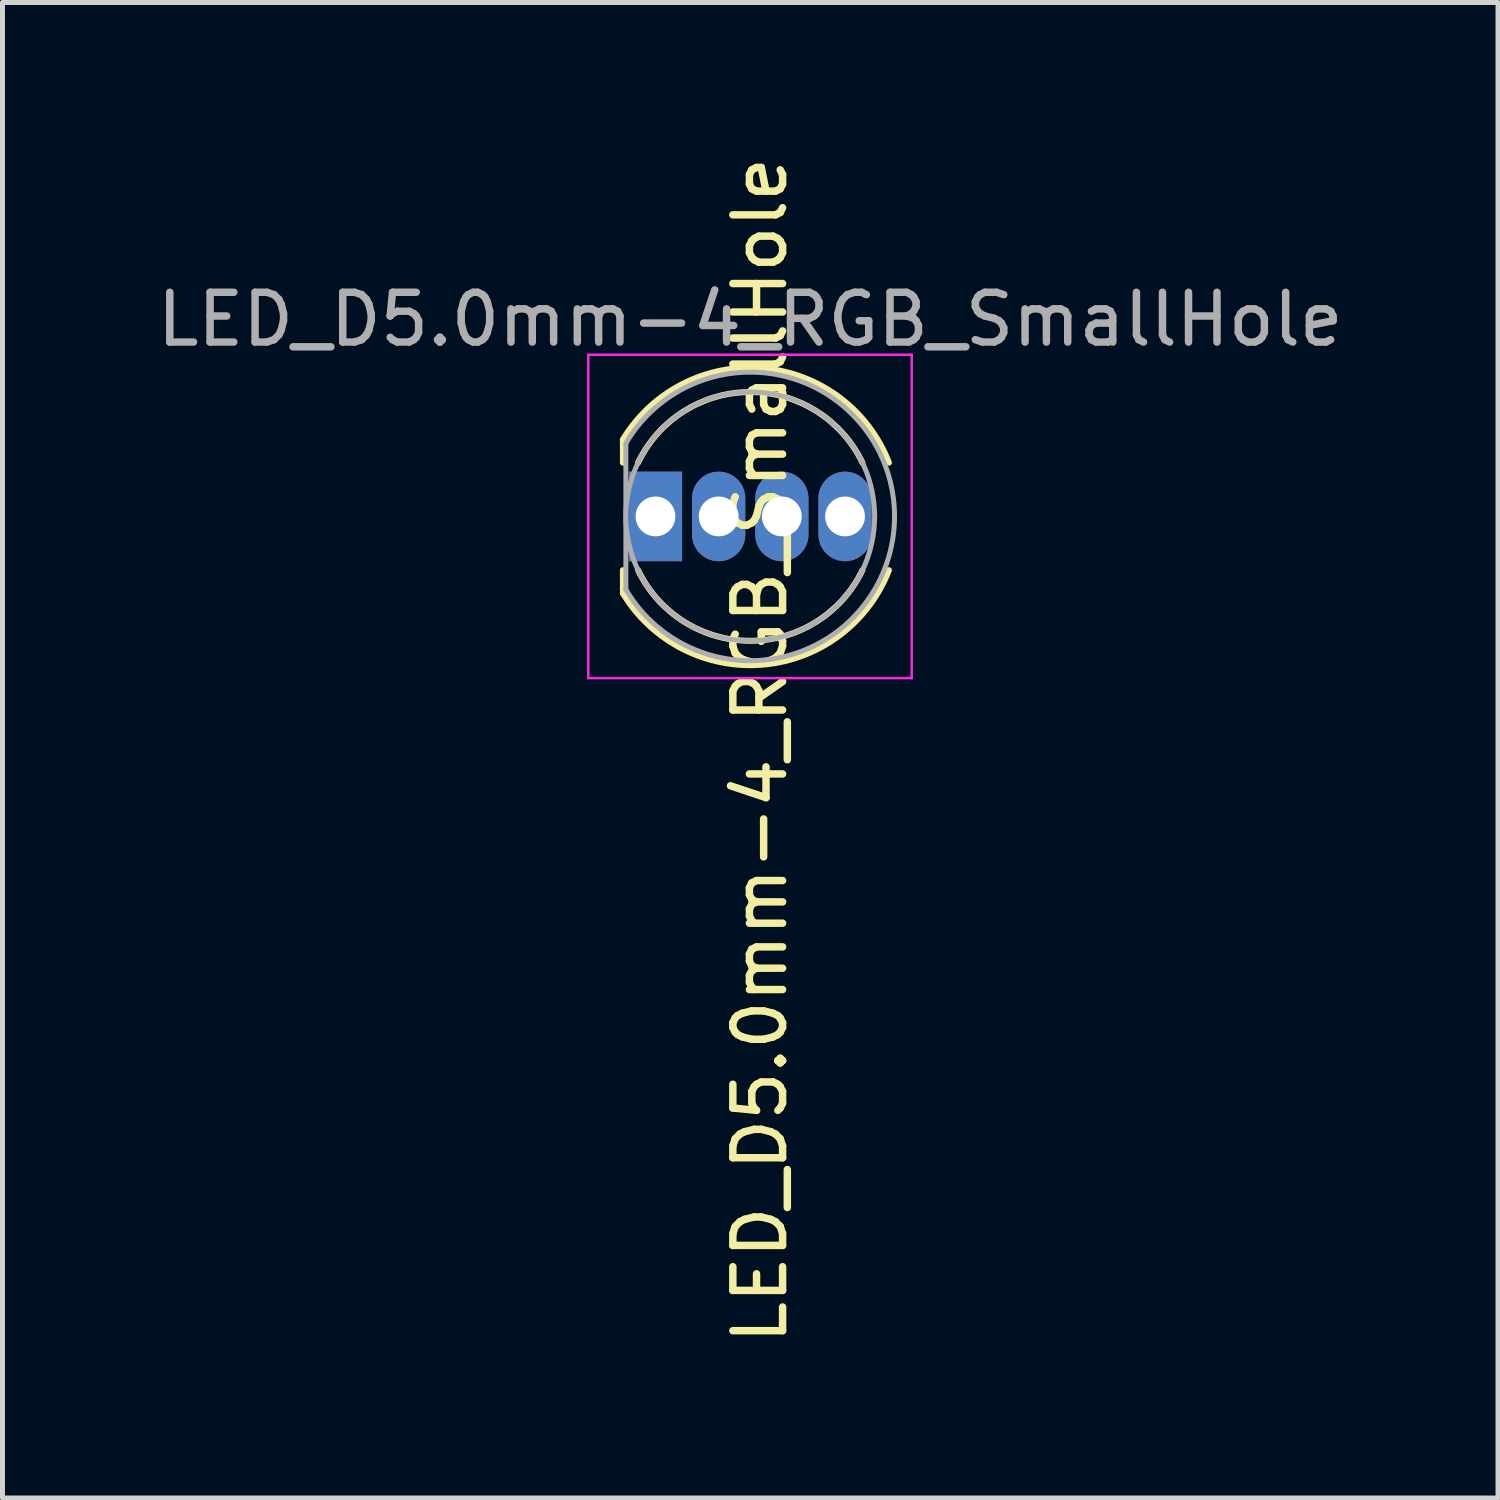
<source format=kicad_pcb>
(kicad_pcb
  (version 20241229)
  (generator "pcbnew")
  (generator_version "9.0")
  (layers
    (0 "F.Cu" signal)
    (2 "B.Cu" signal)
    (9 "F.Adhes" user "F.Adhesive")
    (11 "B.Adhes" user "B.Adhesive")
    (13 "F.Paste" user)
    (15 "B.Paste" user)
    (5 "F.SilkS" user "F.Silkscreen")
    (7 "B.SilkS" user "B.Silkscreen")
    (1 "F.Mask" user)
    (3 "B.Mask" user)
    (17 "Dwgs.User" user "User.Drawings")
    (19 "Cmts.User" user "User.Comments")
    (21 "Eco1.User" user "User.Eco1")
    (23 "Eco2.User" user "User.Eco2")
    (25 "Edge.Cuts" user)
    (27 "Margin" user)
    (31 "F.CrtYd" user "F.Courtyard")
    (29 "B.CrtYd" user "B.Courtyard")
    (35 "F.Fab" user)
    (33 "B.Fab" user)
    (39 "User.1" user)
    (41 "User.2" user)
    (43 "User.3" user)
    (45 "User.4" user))
  (footprint "LED_D5.0mm-4_RGB_SmallHole"
    (layer "F.Cu")
    (at 10.125 7.33)
    (property "Reference" "LED_D5.0mm-4_RGB_SmallHole" (at 2.1 4.7 90) (layer "F.SilkS") (effects (font (size 1 1) (thickness 0.15))))
    (attr through_hole)
    (fp_line (start -0.655 -1.545) (end -0.655 -1.08) (stroke (width 0.12) (type solid)) (layer "F.SilkS"))
    (fp_line (start -0.655 1.08) (end -0.655 1.545) (stroke (width 0.12) (type solid)) (layer "F.SilkS"))
    (fp_arc (start -0.655 -1.54483) (mid 2.163456 -2.978809) (end 4.692815 -1.080827) (stroke (width 0.12) (type solid)) (layer "F.SilkS"))
    (fp_arc (start -0.349684 -1.08) (mid 1.904762 -2.5) (end 4.159479 -1.080429) (stroke (width 0.12) (type solid)) (layer "F.SilkS"))
    (fp_arc (start 4.159479 1.080429) (mid 1.904762 2.5) (end -0.349684 1.08) (stroke (width 0.12) (type solid)) (layer "F.SilkS"))
    (fp_arc (start 4.692815 1.080827) (mid 2.163456 2.978808) (end -0.655 1.54483) (stroke (width 0.12) (type solid)) (layer "F.SilkS"))
    (fp_line (start -1.35 -3.25) (end -1.35 3.25) (stroke (width 0.05) (type solid)) (layer "F.CrtYd"))
    (fp_line (start -1.35 3.25) (end 5.15 3.25) (stroke (width 0.05) (type solid)) (layer "F.CrtYd"))
    (fp_line (start 5.15 -3.25) (end -1.35 -3.25) (stroke (width 0.05) (type solid)) (layer "F.CrtYd"))
    (fp_line (start 5.15 3.25) (end 5.15 -3.25) (stroke (width 0.05) (type solid)) (layer "F.CrtYd"))
    (fp_line (start -0.595 -1.47) (end -0.595 1.47) (stroke (width 0.1) (type solid)) (layer "F.Fab"))
    (fp_arc (start -0.595 -1.469694) (mid 4.805 0.000016) (end -0.595016 1.469666) (stroke (width 0.1) (type solid)) (layer "F.Fab"))
    (fp_circle (center 1.905 0) (end 4.405 0) (stroke (width 0.1) (type solid)) (fill no) (layer "F.Fab"))
    (fp_text user "${REFERENCE}" (at 1.905 -3.96 0) (layer "F.Fab") (effects (font (size 1 1) (thickness 0.15))))
    (pad "1" thru_hole rect (at 0 0) (size 1.07 1.8) (drill 0.8) (layers "*.Cu" "*.Mask"))
    (pad "2" thru_hole oval (at 1.27 0) (size 1.07 1.8) (drill 0.8) (layers "*.Cu" "*.Mask"))
    (pad "3" thru_hole oval (at 2.54 0) (size 1.07 1.8) (drill 0.8) (layers "*.Cu" "*.Mask"))
    (pad "4" thru_hole oval (at 3.81 0) (size 1.07 1.8) (drill 0.8) (layers "*.Cu" "*.Mask")))
  (gr_rect
    (start -3 -3)
    (end 27.06 27.06)
    (stroke (width 0.1) (type default))
    (fill no)
    (layer "Edge.Cuts")))
</source>
